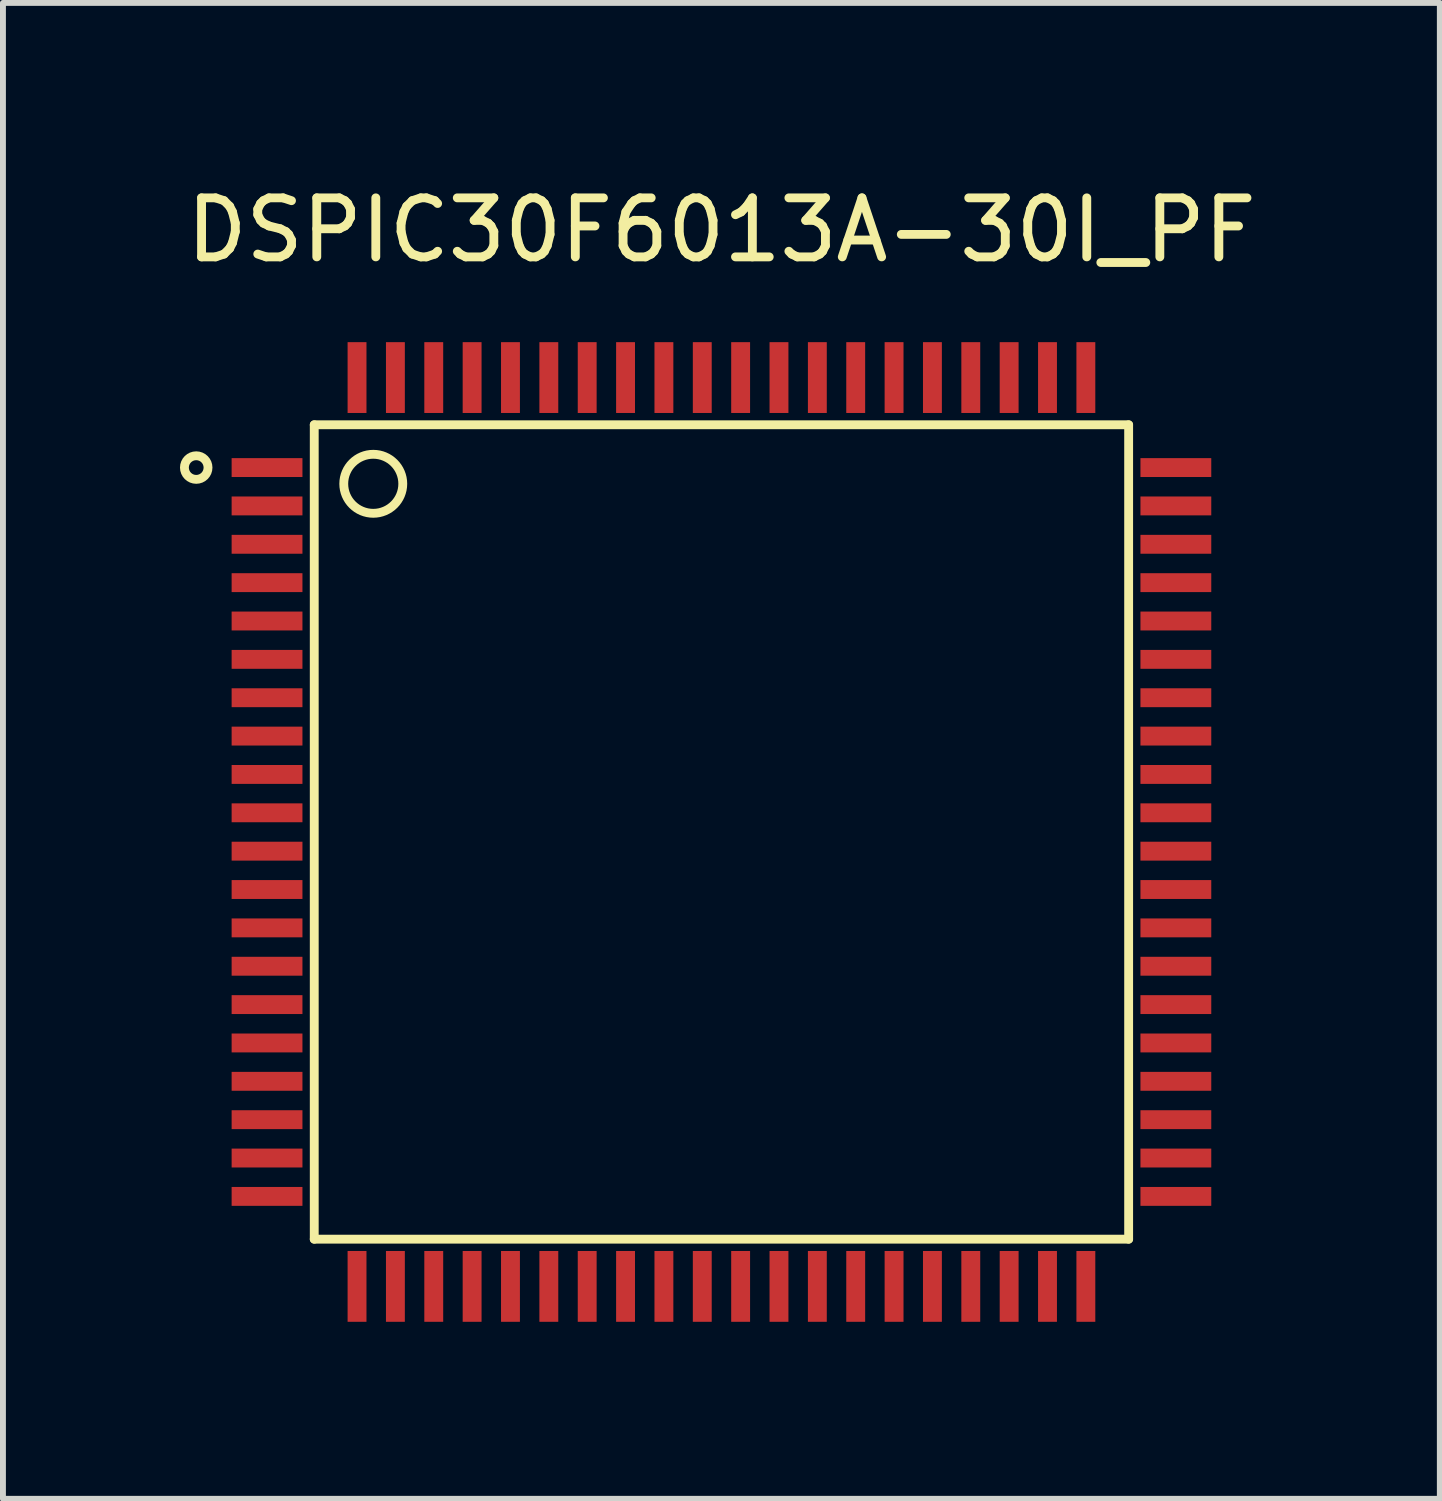
<source format=kicad_pcb>
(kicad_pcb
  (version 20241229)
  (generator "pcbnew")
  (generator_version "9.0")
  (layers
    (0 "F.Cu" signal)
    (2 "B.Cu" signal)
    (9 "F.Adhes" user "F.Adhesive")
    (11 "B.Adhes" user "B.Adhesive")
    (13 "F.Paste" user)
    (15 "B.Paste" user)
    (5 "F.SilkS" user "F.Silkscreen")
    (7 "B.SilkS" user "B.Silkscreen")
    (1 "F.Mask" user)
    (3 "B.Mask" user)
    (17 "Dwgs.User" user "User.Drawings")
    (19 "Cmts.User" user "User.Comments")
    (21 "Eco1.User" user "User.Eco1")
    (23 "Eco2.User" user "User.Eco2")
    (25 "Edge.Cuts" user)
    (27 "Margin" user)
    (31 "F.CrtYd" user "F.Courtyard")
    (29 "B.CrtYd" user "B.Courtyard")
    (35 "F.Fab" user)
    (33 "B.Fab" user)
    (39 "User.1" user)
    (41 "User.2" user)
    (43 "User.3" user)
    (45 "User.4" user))
  (footprint "DSPIC30F6013A-30I_PF"
    (layer "F.Cu")
    (at 1.475 3.348)
    (property "Reference" "DSPIC30F6013A-30I_PF" (at 7.7 -2.5 0) (layer "F.SilkS") (effects (font (size 1 1) (thickness 0.15))))
    (attr through_hole)
    (fp_line (start 0.8 0.8) (end 0.8 14.6) (stroke (width 0.15) (type solid)) (layer "F.SilkS"))
    (fp_line (start 0.8 0.8) (end 14.6 0.8) (stroke (width 0.15) (type solid)) (layer "F.SilkS"))
    (fp_line (start 0.8 14.6) (end 14.6 14.6) (stroke (width 0.15) (type solid)) (layer "F.SilkS"))
    (fp_line (start 14.6 14.6) (end 14.6 0.8) (stroke (width 0.15) (type solid)) (layer "F.SilkS"))
    (fp_circle (center -1.2 1.525) (end -1.2 1.325) (stroke (width 0.15) (type solid)) (fill no) (layer "F.SilkS"))
    (fp_circle (center 1.8 1.8) (end 1.8 1.3) (stroke (width 0.15) (type solid)) (fill no) (layer "F.SilkS"))
    (pad "1" smd rect (at 0 1.525) (size 1.2 0.32) (layers "F.Cu" "F.Mask" "F.Paste"))
    (pad "2" smd rect (at 0 2.175) (size 1.2 0.32) (layers "F.Cu" "F.Mask" "F.Paste"))
    (pad "3" smd rect (at 0 2.825) (size 1.2 0.32) (layers "F.Cu" "F.Mask" "F.Paste"))
    (pad "4" smd rect (at 0 3.475) (size 1.2 0.32) (layers "F.Cu" "F.Mask" "F.Paste"))
    (pad "5" smd rect (at 0 4.125) (size 1.2 0.32) (layers "F.Cu" "F.Mask" "F.Paste"))
    (pad "6" smd rect (at 0 4.775) (size 1.2 0.32) (layers "F.Cu" "F.Mask" "F.Paste"))
    (pad "7" smd rect (at 0 5.425) (size 1.2 0.32) (layers "F.Cu" "F.Mask" "F.Paste"))
    (pad "8" smd rect (at 0 6.075) (size 1.2 0.32) (layers "F.Cu" "F.Mask" "F.Paste"))
    (pad "9" smd rect (at 0 6.725) (size 1.2 0.32) (layers "F.Cu" "F.Mask" "F.Paste"))
    (pad "10" smd rect (at 0 7.375) (size 1.2 0.32) (layers "F.Cu" "F.Mask" "F.Paste"))
    (pad "11" smd rect (at 0 8.025) (size 1.2 0.32) (layers "F.Cu" "F.Mask" "F.Paste"))
    (pad "12" smd rect (at 0 8.675) (size 1.2 0.32) (layers "F.Cu" "F.Mask" "F.Paste"))
    (pad "13" smd rect (at 0 9.325) (size 1.2 0.32) (layers "F.Cu" "F.Mask" "F.Paste"))
    (pad "14" smd rect (at 0 9.975) (size 1.2 0.32) (layers "F.Cu" "F.Mask" "F.Paste"))
    (pad "15" smd rect (at 0 10.625) (size 1.2 0.32) (layers "F.Cu" "F.Mask" "F.Paste"))
    (pad "16" smd rect (at 0 11.275) (size 1.2 0.32) (layers "F.Cu" "F.Mask" "F.Paste"))
    (pad "17" smd rect (at 0 11.925) (size 1.2 0.32) (layers "F.Cu" "F.Mask" "F.Paste"))
    (pad "18" smd rect (at 0 12.575) (size 1.2 0.32) (layers "F.Cu" "F.Mask" "F.Paste"))
    (pad "19" smd rect (at 0 13.225) (size 1.2 0.32) (layers "F.Cu" "F.Mask" "F.Paste"))
    (pad "20" smd rect (at 0 13.875) (size 1.2 0.32) (layers "F.Cu" "F.Mask" "F.Paste"))
    (pad "21" smd rect (at 1.525 15.4) (size 0.32 1.2) (layers "F.Cu" "F.Mask" "F.Paste"))
    (pad "22" smd rect (at 2.175 15.4) (size 0.32 1.2) (layers "F.Cu" "F.Mask" "F.Paste"))
    (pad "23" smd rect (at 2.825 15.4) (size 0.32 1.2) (layers "F.Cu" "F.Mask" "F.Paste"))
    (pad "24" smd rect (at 3.475 15.4) (size 0.32 1.2) (layers "F.Cu" "F.Mask" "F.Paste"))
    (pad "25" smd rect (at 4.125 15.4) (size 0.32 1.2) (layers "F.Cu" "F.Mask" "F.Paste"))
    (pad "26" smd rect (at 4.775 15.4) (size 0.32 1.2) (layers "F.Cu" "F.Mask" "F.Paste"))
    (pad "27" smd rect (at 5.425 15.4) (size 0.32 1.2) (layers "F.Cu" "F.Mask" "F.Paste"))
    (pad "28" smd rect (at 6.075 15.4) (size 0.32 1.2) (layers "F.Cu" "F.Mask" "F.Paste"))
    (pad "29" smd rect (at 6.725 15.4) (size 0.32 1.2) (layers "F.Cu" "F.Mask" "F.Paste"))
    (pad "30" smd rect (at 7.375 15.4) (size 0.32 1.2) (layers "F.Cu" "F.Mask" "F.Paste"))
    (pad "31" smd rect (at 8.025 15.4) (size 0.32 1.2) (layers "F.Cu" "F.Mask" "F.Paste"))
    (pad "32" smd rect (at 8.675 15.4) (size 0.32 1.2) (layers "F.Cu" "F.Mask" "F.Paste"))
    (pad "33" smd rect (at 9.325 15.4) (size 0.32 1.2) (layers "F.Cu" "F.Mask" "F.Paste"))
    (pad "34" smd rect (at 9.975 15.4) (size 0.32 1.2) (layers "F.Cu" "F.Mask" "F.Paste"))
    (pad "35" smd rect (at 10.625 15.4) (size 0.32 1.2) (layers "F.Cu" "F.Mask" "F.Paste"))
    (pad "36" smd rect (at 11.275 15.4) (size 0.32 1.2) (layers "F.Cu" "F.Mask" "F.Paste"))
    (pad "37" smd rect (at 11.925 15.4) (size 0.32 1.2) (layers "F.Cu" "F.Mask" "F.Paste"))
    (pad "38" smd rect (at 12.575 15.4) (size 0.32 1.2) (layers "F.Cu" "F.Mask" "F.Paste"))
    (pad "39" smd rect (at 13.225 15.4) (size 0.32 1.2) (layers "F.Cu" "F.Mask" "F.Paste"))
    (pad "40" smd rect (at 13.875 15.4) (size 0.32 1.2) (layers "F.Cu" "F.Mask" "F.Paste"))
    (pad "41" smd rect (at 15.4 13.875) (size 1.2 0.32) (layers "F.Cu" "F.Mask" "F.Paste"))
    (pad "42" smd rect (at 15.4 13.225) (size 1.2 0.32) (layers "F.Cu" "F.Mask" "F.Paste"))
    (pad "43" smd rect (at 15.4 12.575) (size 1.2 0.32) (layers "F.Cu" "F.Mask" "F.Paste"))
    (pad "44" smd rect (at 15.4 11.925) (size 1.2 0.32) (layers "F.Cu" "F.Mask" "F.Paste"))
    (pad "45" smd rect (at 15.4 11.275) (size 1.2 0.32) (layers "F.Cu" "F.Mask" "F.Paste"))
    (pad "46" smd rect (at 15.4 10.625) (size 1.2 0.32) (layers "F.Cu" "F.Mask" "F.Paste"))
    (pad "47" smd rect (at 15.4 9.975) (size 1.2 0.32) (layers "F.Cu" "F.Mask" "F.Paste"))
    (pad "48" smd rect (at 15.4 9.325) (size 1.2 0.32) (layers "F.Cu" "F.Mask" "F.Paste"))
    (pad "49" smd rect (at 15.4 8.675) (size 1.2 0.32) (layers "F.Cu" "F.Mask" "F.Paste"))
    (pad "50" smd rect (at 15.4 8.025) (size 1.2 0.32) (layers "F.Cu" "F.Mask" "F.Paste"))
    (pad "51" smd rect (at 15.4 7.375) (size 1.2 0.32) (layers "F.Cu" "F.Mask" "F.Paste"))
    (pad "52" smd rect (at 15.4 6.725) (size 1.2 0.32) (layers "F.Cu" "F.Mask" "F.Paste"))
    (pad "53" smd rect (at 15.4 6.075) (size 1.2 0.32) (layers "F.Cu" "F.Mask" "F.Paste"))
    (pad "54" smd rect (at 15.4 5.425) (size 1.2 0.32) (layers "F.Cu" "F.Mask" "F.Paste"))
    (pad "55" smd rect (at 15.4 4.775) (size 1.2 0.32) (layers "F.Cu" "F.Mask" "F.Paste"))
    (pad "56" smd rect (at 15.4 4.125) (size 1.2 0.32) (layers "F.Cu" "F.Mask" "F.Paste"))
    (pad "57" smd rect (at 15.4 3.475) (size 1.2 0.32) (layers "F.Cu" "F.Mask" "F.Paste"))
    (pad "58" smd rect (at 15.4 2.825) (size 1.2 0.32) (layers "F.Cu" "F.Mask" "F.Paste"))
    (pad "59" smd rect (at 15.4 2.175) (size 1.2 0.32) (layers "F.Cu" "F.Mask" "F.Paste"))
    (pad "60" smd rect (at 15.4 1.525) (size 1.2 0.32) (layers "F.Cu" "F.Mask" "F.Paste"))
    (pad "61" smd rect (at 13.875 0) (size 0.32 1.2) (layers "F.Cu" "F.Mask" "F.Paste"))
    (pad "62" smd rect (at 13.225 0) (size 0.32 1.2) (layers "F.Cu" "F.Mask" "F.Paste"))
    (pad "63" smd rect (at 12.575 0) (size 0.32 1.2) (layers "F.Cu" "F.Mask" "F.Paste"))
    (pad "64" smd rect (at 11.925 0) (size 0.32 1.2) (layers "F.Cu" "F.Mask" "F.Paste"))
    (pad "65" smd rect (at 11.275 0) (size 0.32 1.2) (layers "F.Cu" "F.Mask" "F.Paste"))
    (pad "66" smd rect (at 10.625 0) (size 0.32 1.2) (layers "F.Cu" "F.Mask" "F.Paste"))
    (pad "67" smd rect (at 9.975 0) (size 0.32 1.2) (layers "F.Cu" "F.Mask" "F.Paste"))
    (pad "68" smd rect (at 9.325 0) (size 0.32 1.2) (layers "F.Cu" "F.Mask" "F.Paste"))
    (pad "69" smd rect (at 8.675 0) (size 0.32 1.2) (layers "F.Cu" "F.Mask" "F.Paste"))
    (pad "70" smd rect (at 8.025 0) (size 0.32 1.2) (layers "F.Cu" "F.Mask" "F.Paste"))
    (pad "71" smd rect (at 7.375 0) (size 0.32 1.2) (layers "F.Cu" "F.Mask" "F.Paste"))
    (pad "72" smd rect (at 6.725 0) (size 0.32 1.2) (layers "F.Cu" "F.Mask" "F.Paste"))
    (pad "73" smd rect (at 6.075 0) (size 0.32 1.2) (layers "F.Cu" "F.Mask" "F.Paste"))
    (pad "74" smd rect (at 5.425 0) (size 0.32 1.2) (layers "F.Cu" "F.Mask" "F.Paste"))
    (pad "75" smd rect (at 4.775 0) (size 0.32 1.2) (layers "F.Cu" "F.Mask" "F.Paste"))
    (pad "76" smd rect (at 4.125 0) (size 0.32 1.2) (layers "F.Cu" "F.Mask" "F.Paste"))
    (pad "77" smd rect (at 3.475 0) (size 0.32 1.2) (layers "F.Cu" "F.Mask" "F.Paste"))
    (pad "78" smd rect (at 2.825 0) (size 0.32 1.2) (layers "F.Cu" "F.Mask" "F.Paste"))
    (pad "79" smd rect (at 2.175 0) (size 0.32 1.2) (layers "F.Cu" "F.Mask" "F.Paste"))
    (pad "80" smd rect (at 1.525 0) (size 0.32 1.2) (layers "F.Cu" "F.Mask" "F.Paste")))
  (gr_rect
    (start -3 -3)
    (end 21.348 22.348)
    (stroke (width 0.1) (type default))
    (fill no)
    (layer "Edge.Cuts")))
</source>
